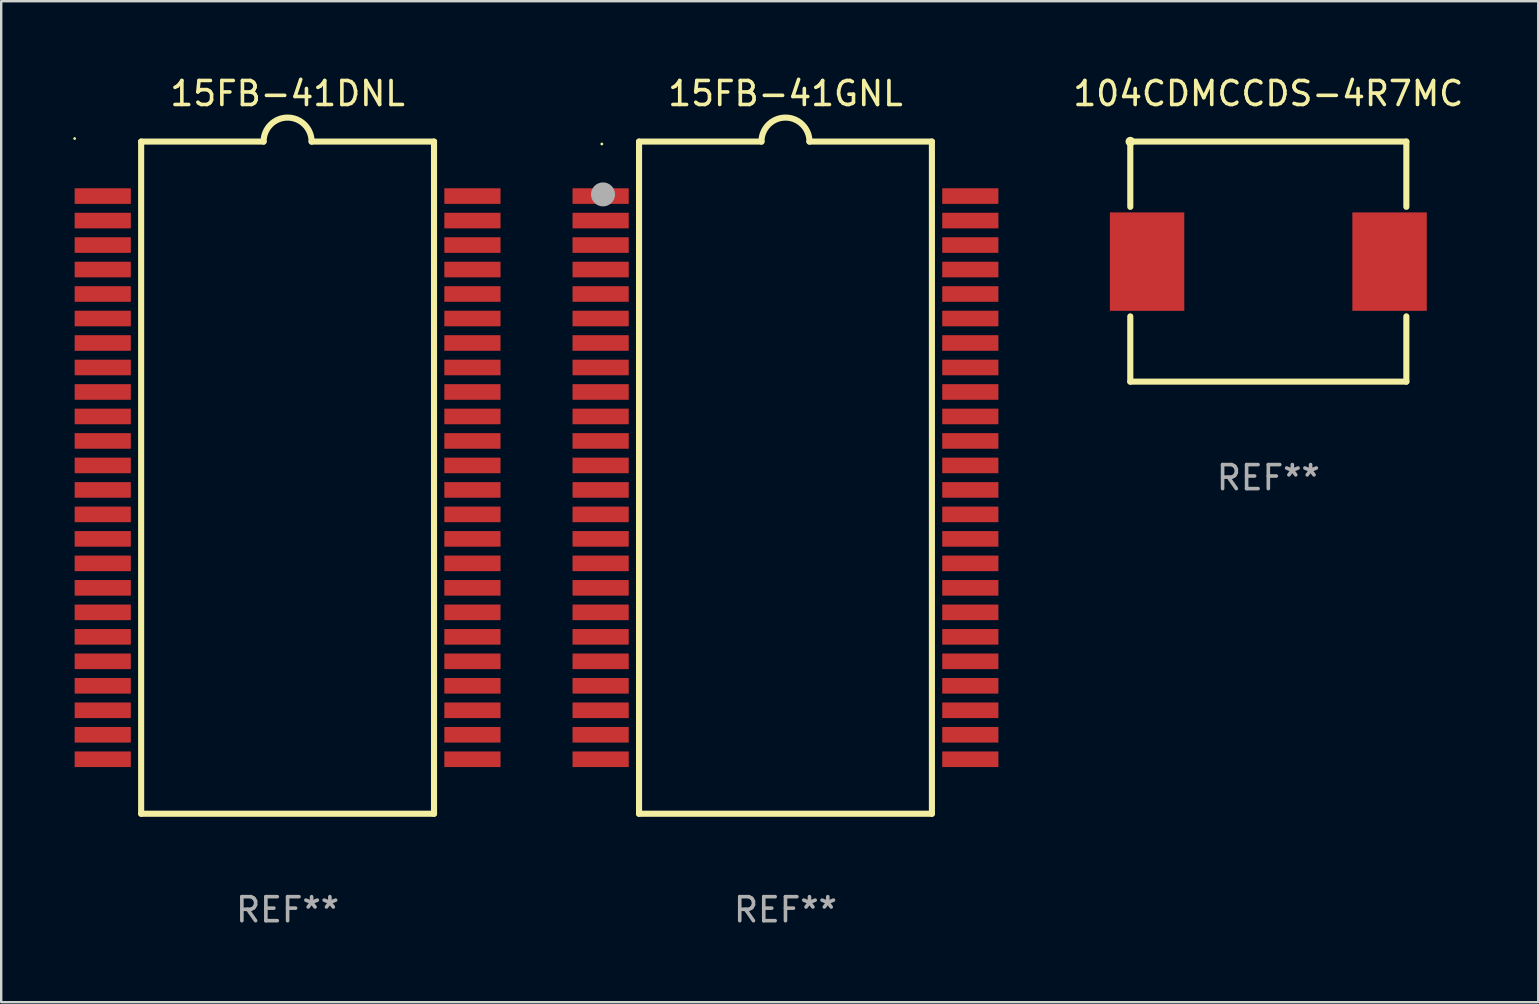
<source format=kicad_pcb>
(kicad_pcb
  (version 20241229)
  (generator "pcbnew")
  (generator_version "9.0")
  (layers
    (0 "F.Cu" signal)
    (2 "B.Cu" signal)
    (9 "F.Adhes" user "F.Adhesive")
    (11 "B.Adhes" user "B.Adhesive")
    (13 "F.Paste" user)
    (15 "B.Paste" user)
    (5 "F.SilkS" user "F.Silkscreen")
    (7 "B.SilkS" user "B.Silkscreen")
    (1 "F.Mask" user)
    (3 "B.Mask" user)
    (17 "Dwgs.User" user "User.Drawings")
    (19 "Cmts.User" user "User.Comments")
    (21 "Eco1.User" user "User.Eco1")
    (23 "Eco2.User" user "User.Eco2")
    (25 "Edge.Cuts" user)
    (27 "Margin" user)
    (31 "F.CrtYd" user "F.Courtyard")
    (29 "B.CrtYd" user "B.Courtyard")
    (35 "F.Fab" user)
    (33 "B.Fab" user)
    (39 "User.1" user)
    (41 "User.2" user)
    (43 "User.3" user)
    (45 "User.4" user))
  (footprint "15FB-41DNL"
    (layer "F.Cu")
    (at 8.93 16.848)
    (property "Reference" "15FB-41DNL" (at 0 -16 0) (layer "F.SilkS") (effects (font (size 1 1) (thickness 0.15))))
    (attr through_hole)
    (fp_line (start -6.1 -14) (end -6.1 14) (stroke (width 0.254) (type solid)) (layer "F.SilkS"))
    (fp_line (start -6.1 -14) (end -1 -14) (stroke (width 0.254) (type solid)) (layer "F.SilkS"))
    (fp_line (start -6.1 14) (end 6.1 14) (stroke (width 0.254) (type solid)) (layer "F.SilkS"))
    (fp_line (start 1 -14) (end 6.1 -14) (stroke (width 0.254) (type solid)) (layer "F.SilkS"))
    (fp_line (start 6.1 -14) (end 6.1 14) (stroke (width 0.254) (type solid)) (layer "F.SilkS"))
    (fp_arc (start -1 -13.999949) (mid 0 -14.999949) (end 1 -13.999949) (stroke (width 0.254001) (type solid)) (layer "F.SilkS"))
    (fp_circle (center -8.87 -14.127) (end -8.84 -14.127) (stroke (width 0.06) (type solid)) (fill no) (layer "F.SilkS"))
    (fp_text user "REF**" (at 0 18 0) (layer "F.Fab") (effects (font (size 1 1) (thickness 0.15))))
    (pad "1" smd rect (at -7.7 -11.73) (size 2.34 0.65) (layers "F.Cu" "F.Mask" "F.Paste"))
    (pad "2" smd rect (at -7.7 -10.71) (size 2.34 0.65) (layers "F.Cu" "F.Mask" "F.Paste"))
    (pad "3" smd rect (at -7.7 -9.69) (size 2.34 0.65) (layers "F.Cu" "F.Mask" "F.Paste"))
    (pad "4" smd rect (at -7.7 -8.67) (size 2.34 0.65) (layers "F.Cu" "F.Mask" "F.Paste"))
    (pad "5" smd rect (at -7.7 -7.65) (size 2.34 0.65) (layers "F.Cu" "F.Mask" "F.Paste"))
    (pad "6" smd rect (at -7.7 -6.63) (size 2.34 0.65) (layers "F.Cu" "F.Mask" "F.Paste"))
    (pad "7" smd rect (at -7.7 -5.61) (size 2.34 0.65) (layers "F.Cu" "F.Mask" "F.Paste"))
    (pad "8" smd rect (at -7.7 -4.59) (size 2.34 0.65) (layers "F.Cu" "F.Mask" "F.Paste"))
    (pad "9" smd rect (at -7.7 -3.57) (size 2.34 0.65) (layers "F.Cu" "F.Mask" "F.Paste"))
    (pad "10" smd rect (at -7.7 -2.55) (size 2.34 0.65) (layers "F.Cu" "F.Mask" "F.Paste"))
    (pad "11" smd rect (at -7.7 -1.53) (size 2.34 0.65) (layers "F.Cu" "F.Mask" "F.Paste"))
    (pad "12" smd rect (at -7.7 -0.51) (size 2.34 0.65) (layers "F.Cu" "F.Mask" "F.Paste"))
    (pad "13" smd rect (at -7.7 0.51) (size 2.34 0.65) (layers "F.Cu" "F.Mask" "F.Paste"))
    (pad "14" smd rect (at -7.7 1.53) (size 2.34 0.65) (layers "F.Cu" "F.Mask" "F.Paste"))
    (pad "15" smd rect (at -7.7 2.55) (size 2.34 0.65) (layers "F.Cu" "F.Mask" "F.Paste"))
    (pad "16" smd rect (at -7.7 3.57) (size 2.34 0.65) (layers "F.Cu" "F.Mask" "F.Paste"))
    (pad "17" smd rect (at -7.7 4.59) (size 2.34 0.65) (layers "F.Cu" "F.Mask" "F.Paste"))
    (pad "18" smd rect (at -7.7 5.61) (size 2.34 0.65) (layers "F.Cu" "F.Mask" "F.Paste"))
    (pad "19" smd rect (at -7.7 6.63) (size 2.34 0.65) (layers "F.Cu" "F.Mask" "F.Paste"))
    (pad "20" smd rect (at -7.7 7.65) (size 2.34 0.65) (layers "F.Cu" "F.Mask" "F.Paste"))
    (pad "21" smd rect (at -7.7 8.67) (size 2.34 0.65) (layers "F.Cu" "F.Mask" "F.Paste"))
    (pad "22" smd rect (at -7.7 9.69) (size 2.34 0.65) (layers "F.Cu" "F.Mask" "F.Paste"))
    (pad "23" smd rect (at -7.7 10.71) (size 2.34 0.65) (layers "F.Cu" "F.Mask" "F.Paste"))
    (pad "24" smd rect (at -7.7 11.73) (size 2.34 0.65) (layers "F.Cu" "F.Mask" "F.Paste"))
    (pad "25" smd rect (at 7.7 11.73) (size 2.34 0.65) (layers "F.Cu" "F.Mask" "F.Paste"))
    (pad "26" smd rect (at 7.7 10.71) (size 2.34 0.65) (layers "F.Cu" "F.Mask" "F.Paste"))
    (pad "27" smd rect (at 7.7 9.69) (size 2.34 0.65) (layers "F.Cu" "F.Mask" "F.Paste"))
    (pad "28" smd rect (at 7.7 8.67) (size 2.34 0.65) (layers "F.Cu" "F.Mask" "F.Paste"))
    (pad "29" smd rect (at 7.7 7.65) (size 2.34 0.65) (layers "F.Cu" "F.Mask" "F.Paste"))
    (pad "30" smd rect (at 7.7 6.63) (size 2.34 0.65) (layers "F.Cu" "F.Mask" "F.Paste"))
    (pad "31" smd rect (at 7.7 5.61) (size 2.34 0.65) (layers "F.Cu" "F.Mask" "F.Paste"))
    (pad "32" smd rect (at 7.7 4.59) (size 2.34 0.65) (layers "F.Cu" "F.Mask" "F.Paste"))
    (pad "33" smd rect (at 7.7 3.57) (size 2.34 0.65) (layers "F.Cu" "F.Mask" "F.Paste"))
    (pad "34" smd rect (at 7.7 2.55) (size 2.34 0.65) (layers "F.Cu" "F.Mask" "F.Paste"))
    (pad "35" smd rect (at 7.7 1.53) (size 2.34 0.65) (layers "F.Cu" "F.Mask" "F.Paste"))
    (pad "36" smd rect (at 7.7 0.51) (size 2.34 0.65) (layers "F.Cu" "F.Mask" "F.Paste"))
    (pad "37" smd rect (at 7.7 -0.51) (size 2.34 0.65) (layers "F.Cu" "F.Mask" "F.Paste"))
    (pad "38" smd rect (at 7.7 -1.53) (size 2.34 0.65) (layers "F.Cu" "F.Mask" "F.Paste"))
    (pad "39" smd rect (at 7.7 -2.55) (size 2.34 0.65) (layers "F.Cu" "F.Mask" "F.Paste"))
    (pad "40" smd rect (at 7.7 -3.57) (size 2.34 0.65) (layers "F.Cu" "F.Mask" "F.Paste"))
    (pad "41" smd rect (at 7.7 -4.59) (size 2.34 0.65) (layers "F.Cu" "F.Mask" "F.Paste"))
    (pad "42" smd rect (at 7.7 -5.61) (size 2.34 0.65) (layers "F.Cu" "F.Mask" "F.Paste"))
    (pad "43" smd rect (at 7.7 -6.63) (size 2.34 0.65) (layers "F.Cu" "F.Mask" "F.Paste"))
    (pad "44" smd rect (at 7.7 -7.65) (size 2.34 0.65) (layers "F.Cu" "F.Mask" "F.Paste"))
    (pad "45" smd rect (at 7.7 -8.67) (size 2.34 0.65) (layers "F.Cu" "F.Mask" "F.Paste"))
    (pad "46" smd rect (at 7.7 -9.69) (size 2.34 0.65) (layers "F.Cu" "F.Mask" "F.Paste"))
    (pad "47" smd rect (at 7.7 -10.71) (size 2.34 0.65) (layers "F.Cu" "F.Mask" "F.Paste"))
    (pad "48" smd rect (at 7.7 -11.73) (size 2.34 0.65) (layers "F.Cu" "F.Mask" "F.Paste")))
  (footprint "104CDMCCDS-4R7MC"
    (layer "F.Cu")
    (at 49.784 7.848)
    (property "Reference" "104CDMCCDS-4R7MC" (at 0 -7 0) (layer "F.SilkS") (effects (font (size 1 1) (thickness 0.15))))
    (attr through_hole)
    (fp_line (start -5.75 -5) (end -5.75 -2.281) (stroke (width 0.254) (type solid)) (layer "F.SilkS"))
    (fp_line (start -5.75 -5) (end 5.75 -5) (stroke (width 0.254) (type solid)) (layer "F.SilkS"))
    (fp_line (start -5.75 2.281) (end -5.75 5) (stroke (width 0.254) (type solid)) (layer "F.SilkS"))
    (fp_line (start 5.75 -5) (end 5.75 -2.281) (stroke (width 0.254) (type solid)) (layer "F.SilkS"))
    (fp_line (start 5.75 2.281) (end 5.75 5) (stroke (width 0.254) (type solid)) (layer "F.SilkS"))
    (fp_line (start 5.75 5) (end -5.75 5) (stroke (width 0.254) (type solid)) (layer "F.SilkS"))
    (fp_circle (center -5.75 -5) (end -5.65 -5) (stroke (width 0.2) (type solid)) (fill no) (layer "F.SilkS"))
    (fp_text user "REF**" (at 0 9 0) (layer "F.Fab") (effects (font (size 1 1) (thickness 0.15))))
    (pad "1" smd rect (at -5.05 0) (size 3.1 4.1) (layers "F.Cu" "F.Mask" "F.Paste"))
    (pad "2" smd rect (at 5.05 0) (size 3.1 4.1) (layers "F.Cu" "F.Mask" "F.Paste")))
  (footprint "15FB-41GNL"
    (layer "F.Cu")
    (at 29.67 16.848)
    (property "Reference" "15FB-41GNL" (at 0 -16 0) (layer "F.SilkS") (effects (font (size 1 1) (thickness 0.15))))
    (attr through_hole)
    (fp_line (start -6.1 -14) (end -6.1 14) (stroke (width 0.254) (type solid)) (layer "F.SilkS"))
    (fp_line (start -6.1 -14) (end -1 -14) (stroke (width 0.254) (type solid)) (layer "F.SilkS"))
    (fp_line (start -6.1 14) (end 6.1 14) (stroke (width 0.254) (type solid)) (layer "F.SilkS"))
    (fp_line (start 1 -14) (end 6.1 -14) (stroke (width 0.254) (type solid)) (layer "F.SilkS"))
    (fp_line (start 6.1 -14) (end 6.1 14) (stroke (width 0.254) (type solid)) (layer "F.SilkS"))
    (fp_arc (start -1 -13.999949) (mid 0 -14.999949) (end 1 -13.999949) (stroke (width 0.254001) (type solid)) (layer "F.SilkS"))
    (fp_circle (center -7.65 -13.9) (end -7.62 -13.9) (stroke (width 0.06) (type solid)) (fill no) (layer "F.SilkS"))
    (fp_circle (center -7.6 -11.8) (end -7.35 -11.8) (stroke (width 0.5) (type solid)) (fill no) (layer "F.Fab"))
    (fp_text user "REF**" (at 0 18 0) (layer "F.Fab") (effects (font (size 1 1) (thickness 0.15))))
    (pad "1" smd rect (at -7.7 -11.73) (size 2.34 0.65) (layers "F.Cu" "F.Mask" "F.Paste"))
    (pad "2" smd rect (at -7.7 -10.71) (size 2.34 0.65) (layers "F.Cu" "F.Mask" "F.Paste"))
    (pad "3" smd rect (at -7.7 -9.69) (size 2.34 0.65) (layers "F.Cu" "F.Mask" "F.Paste"))
    (pad "4" smd rect (at -7.7 -8.67) (size 2.34 0.65) (layers "F.Cu" "F.Mask" "F.Paste"))
    (pad "5" smd rect (at -7.7 -7.65) (size 2.34 0.65) (layers "F.Cu" "F.Mask" "F.Paste"))
    (pad "6" smd rect (at -7.7 -6.63) (size 2.34 0.65) (layers "F.Cu" "F.Mask" "F.Paste"))
    (pad "7" smd rect (at -7.7 -5.61) (size 2.34 0.65) (layers "F.Cu" "F.Mask" "F.Paste"))
    (pad "8" smd rect (at -7.7 -4.59) (size 2.34 0.65) (layers "F.Cu" "F.Mask" "F.Paste"))
    (pad "9" smd rect (at -7.7 -3.57) (size 2.34 0.65) (layers "F.Cu" "F.Mask" "F.Paste"))
    (pad "10" smd rect (at -7.7 -2.55) (size 2.34 0.65) (layers "F.Cu" "F.Mask" "F.Paste"))
    (pad "11" smd rect (at -7.7 -1.53) (size 2.34 0.65) (layers "F.Cu" "F.Mask" "F.Paste"))
    (pad "12" smd rect (at -7.7 -0.51) (size 2.34 0.65) (layers "F.Cu" "F.Mask" "F.Paste"))
    (pad "13" smd rect (at -7.7 0.51) (size 2.34 0.65) (layers "F.Cu" "F.Mask" "F.Paste"))
    (pad "14" smd rect (at -7.7 1.53) (size 2.34 0.65) (layers "F.Cu" "F.Mask" "F.Paste"))
    (pad "15" smd rect (at -7.7 2.55) (size 2.34 0.65) (layers "F.Cu" "F.Mask" "F.Paste"))
    (pad "16" smd rect (at -7.7 3.57) (size 2.34 0.65) (layers "F.Cu" "F.Mask" "F.Paste"))
    (pad "17" smd rect (at -7.7 4.59) (size 2.34 0.65) (layers "F.Cu" "F.Mask" "F.Paste"))
    (pad "18" smd rect (at -7.7 5.61) (size 2.34 0.65) (layers "F.Cu" "F.Mask" "F.Paste"))
    (pad "19" smd rect (at -7.7 6.63) (size 2.34 0.65) (layers "F.Cu" "F.Mask" "F.Paste"))
    (pad "20" smd rect (at -7.7 7.65) (size 2.34 0.65) (layers "F.Cu" "F.Mask" "F.Paste"))
    (pad "21" smd rect (at -7.7 8.67) (size 2.34 0.65) (layers "F.Cu" "F.Mask" "F.Paste"))
    (pad "22" smd rect (at -7.7 9.69) (size 2.34 0.65) (layers "F.Cu" "F.Mask" "F.Paste"))
    (pad "23" smd rect (at -7.7 10.71) (size 2.34 0.65) (layers "F.Cu" "F.Mask" "F.Paste"))
    (pad "24" smd rect (at -7.7 11.73) (size 2.34 0.65) (layers "F.Cu" "F.Mask" "F.Paste"))
    (pad "25" smd rect (at 7.7 11.73) (size 2.34 0.65) (layers "F.Cu" "F.Mask" "F.Paste"))
    (pad "26" smd rect (at 7.7 10.71) (size 2.34 0.65) (layers "F.Cu" "F.Mask" "F.Paste"))
    (pad "27" smd rect (at 7.7 9.69) (size 2.34 0.65) (layers "F.Cu" "F.Mask" "F.Paste"))
    (pad "28" smd rect (at 7.7 8.67) (size 2.34 0.65) (layers "F.Cu" "F.Mask" "F.Paste"))
    (pad "29" smd rect (at 7.7 7.65) (size 2.34 0.65) (layers "F.Cu" "F.Mask" "F.Paste"))
    (pad "30" smd rect (at 7.7 6.63) (size 2.34 0.65) (layers "F.Cu" "F.Mask" "F.Paste"))
    (pad "31" smd rect (at 7.7 5.61) (size 2.34 0.65) (layers "F.Cu" "F.Mask" "F.Paste"))
    (pad "32" smd rect (at 7.7 4.59) (size 2.34 0.65) (layers "F.Cu" "F.Mask" "F.Paste"))
    (pad "33" smd rect (at 7.7 3.57) (size 2.34 0.65) (layers "F.Cu" "F.Mask" "F.Paste"))
    (pad "34" smd rect (at 7.7 2.55) (size 2.34 0.65) (layers "F.Cu" "F.Mask" "F.Paste"))
    (pad "35" smd rect (at 7.7 1.53) (size 2.34 0.65) (layers "F.Cu" "F.Mask" "F.Paste"))
    (pad "36" smd rect (at 7.7 0.51) (size 2.34 0.65) (layers "F.Cu" "F.Mask" "F.Paste"))
    (pad "37" smd rect (at 7.7 -0.51) (size 2.34 0.65) (layers "F.Cu" "F.Mask" "F.Paste"))
    (pad "38" smd rect (at 7.7 -1.53) (size 2.34 0.65) (layers "F.Cu" "F.Mask" "F.Paste"))
    (pad "39" smd rect (at 7.7 -2.55) (size 2.34 0.65) (layers "F.Cu" "F.Mask" "F.Paste"))
    (pad "40" smd rect (at 7.7 -3.57) (size 2.34 0.65) (layers "F.Cu" "F.Mask" "F.Paste"))
    (pad "41" smd rect (at 7.7 -4.59) (size 2.34 0.65) (layers "F.Cu" "F.Mask" "F.Paste"))
    (pad "42" smd rect (at 7.7 -5.61) (size 2.34 0.65) (layers "F.Cu" "F.Mask" "F.Paste"))
    (pad "43" smd rect (at 7.7 -6.63) (size 2.34 0.65) (layers "F.Cu" "F.Mask" "F.Paste"))
    (pad "44" smd rect (at 7.7 -7.65) (size 2.34 0.65) (layers "F.Cu" "F.Mask" "F.Paste"))
    (pad "45" smd rect (at 7.7 -8.67) (size 2.34 0.65) (layers "F.Cu" "F.Mask" "F.Paste"))
    (pad "46" smd rect (at 7.7 -9.69) (size 2.34 0.65) (layers "F.Cu" "F.Mask" "F.Paste"))
    (pad "47" smd rect (at 7.7 -10.71) (size 2.34 0.65) (layers "F.Cu" "F.Mask" "F.Paste"))
    (pad "48" smd rect (at 7.7 -11.73) (size 2.34 0.65) (layers "F.Cu" "F.Mask" "F.Paste")))
  (gr_rect
    (start -3 -3)
    (end 61.028 38.697)
    (stroke (width 0.1) (type default))
    (fill no)
    (layer "Edge.Cuts")))
</source>
